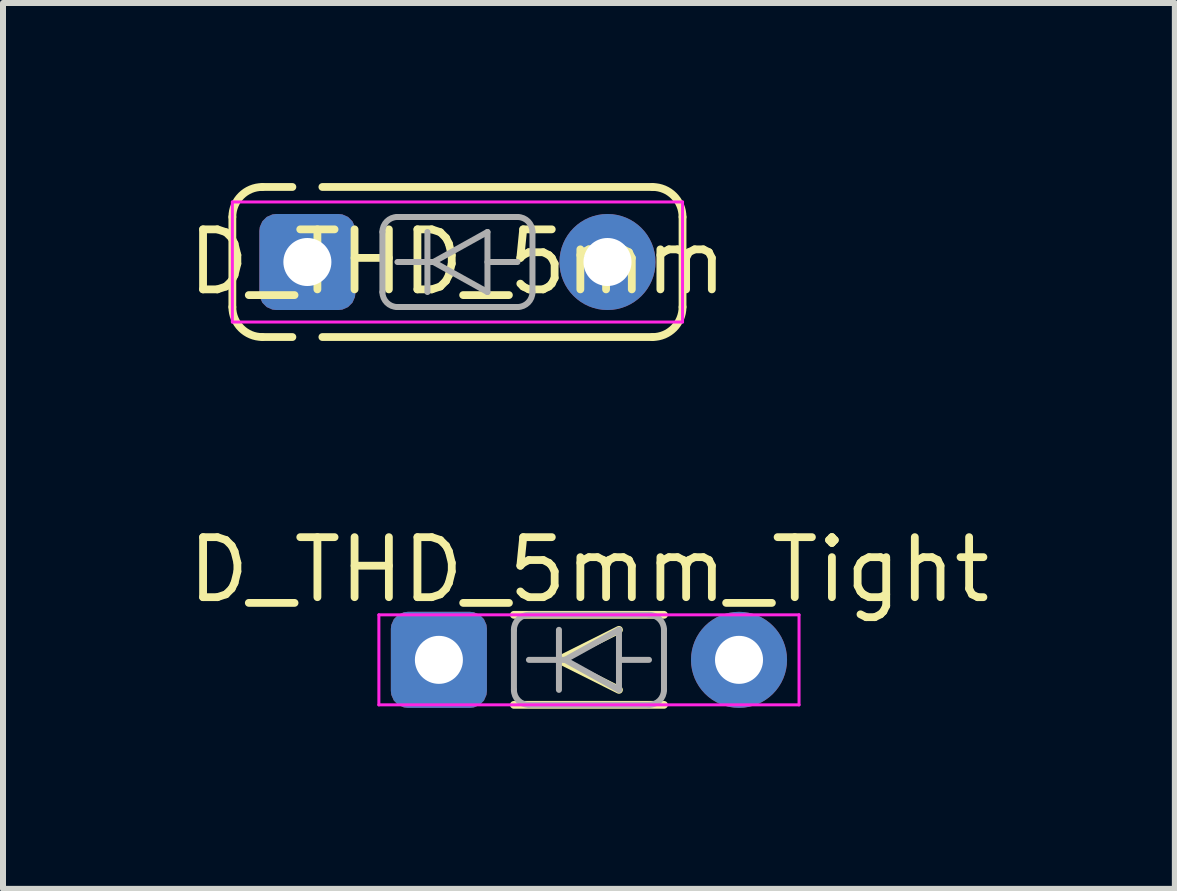
<source format=kicad_pcb>
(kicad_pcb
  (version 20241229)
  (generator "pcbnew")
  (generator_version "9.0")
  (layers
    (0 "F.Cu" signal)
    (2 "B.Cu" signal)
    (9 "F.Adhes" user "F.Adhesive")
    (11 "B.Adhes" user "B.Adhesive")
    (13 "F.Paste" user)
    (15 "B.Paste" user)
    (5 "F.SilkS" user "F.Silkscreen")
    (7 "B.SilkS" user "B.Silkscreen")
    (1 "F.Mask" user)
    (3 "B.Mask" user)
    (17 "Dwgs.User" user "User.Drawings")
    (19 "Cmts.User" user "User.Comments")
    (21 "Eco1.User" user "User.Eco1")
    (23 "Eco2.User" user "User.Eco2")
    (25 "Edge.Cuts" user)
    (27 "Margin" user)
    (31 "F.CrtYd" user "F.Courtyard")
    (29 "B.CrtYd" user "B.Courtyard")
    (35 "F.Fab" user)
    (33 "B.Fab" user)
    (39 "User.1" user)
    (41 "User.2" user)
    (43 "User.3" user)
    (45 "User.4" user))
  (footprint "D_THD_5mm"
    (layer "F.Cu")
    (at 4.571 1.315)
    (property "Reference" "D_THD_5mm" (at 0 0 0) (layer "F.SilkS") (effects (font (size 1 1) (thickness 0.13))))
    (attr through_hole)
    (fp_line (start -3.75 0.75) (end -3.75 -0.75) (stroke (width 0.13) (type solid)) (layer "F.SilkS"))
    (fp_line (start -2.75 -1.25) (end -3.25 -1.25) (stroke (width 0.13) (type solid)) (layer "F.SilkS"))
    (fp_line (start -2.75 1.25) (end -3.25 1.25) (stroke (width 0.13) (type solid)) (layer "F.SilkS"))
    (fp_line (start -2.25 -1.25) (end 3.25 -1.25) (stroke (width 0.13) (type solid)) (layer "F.SilkS"))
    (fp_line (start 3.25 1.25) (end -2.25 1.25) (stroke (width 0.13) (type solid)) (layer "F.SilkS"))
    (fp_line (start 3.75 -0.75) (end 3.75 0.75) (stroke (width 0.13) (type solid)) (layer "F.SilkS"))
    (fp_arc (start -3.75 -0.75) (mid -3.603553 -1.103553) (end -3.25 -1.25) (stroke (width 0.13) (type solid)) (layer "F.SilkS"))
    (fp_arc (start -3.25 1.25) (mid -3.603553 1.103553) (end -3.75 0.75) (stroke (width 0.13) (type solid)) (layer "F.SilkS"))
    (fp_arc (start 3.25 -1.25) (mid 3.603553 -1.103553) (end 3.75 -0.75) (stroke (width 0.13) (type solid)) (layer "F.SilkS"))
    (fp_arc (start 3.75 0.75) (mid 3.603553 1.103553) (end 3.25 1.25) (stroke (width 0.13) (type solid)) (layer "F.SilkS"))
    (fp_line (start -3.75 -1) (end 3.75 -1) (stroke (width 0.05) (type solid)) (layer "F.CrtYd"))
    (fp_line (start -3.75 1) (end -3.75 -1) (stroke (width 0.05) (type solid)) (layer "F.CrtYd"))
    (fp_line (start 3.75 -1) (end 3.75 1) (stroke (width 0.05) (type solid)) (layer "F.CrtYd"))
    (fp_line (start 3.75 1) (end -3.75 1) (stroke (width 0.05) (type solid)) (layer "F.CrtYd"))
    (fp_line (start -1.25 -0.5) (end -1.25 0.5) (stroke (width 0.1) (type solid)) (layer "F.Fab"))
    (fp_line (start -1 -0.75) (end 1 -0.75) (stroke (width 0.1) (type solid)) (layer "F.Fab"))
    (fp_line (start -1 0.75) (end 1 0.75) (stroke (width 0.1) (type solid)) (layer "F.Fab"))
    (fp_line (start -0.5 -0.5) (end -0.5 0.5) (stroke (width 0.1) (type solid)) (layer "F.Fab"))
    (fp_line (start -0.4 0) (end -1 0) (stroke (width 0.1) (type solid)) (layer "F.Fab"))
    (fp_line (start -0.4 0) (end 0.5 -0.5) (stroke (width 0.1) (type solid)) (layer "F.Fab"))
    (fp_line (start 0.5 -0.5) (end 0.5 0.5) (stroke (width 0.1) (type solid)) (layer "F.Fab"))
    (fp_line (start 0.5 0) (end 1 0) (stroke (width 0.1) (type solid)) (layer "F.Fab"))
    (fp_line (start 0.5 0.5) (end -0.4 0) (stroke (width 0.1) (type solid)) (layer "F.Fab"))
    (fp_line (start 1.25 0.5) (end 1.25 -0.5) (stroke (width 0.1) (type solid)) (layer "F.Fab"))
    (fp_arc (start -1.25 -0.5) (mid -1.176777 -0.676777) (end -1 -0.75) (stroke (width 0.1) (type solid)) (layer "F.Fab"))
    (fp_arc (start -1 0.75) (mid -1.176777 0.676777) (end -1.25 0.5) (stroke (width 0.1) (type solid)) (layer "F.Fab"))
    (fp_arc (start 1 -0.75) (mid 1.176777 -0.676777) (end 1.25 -0.5) (stroke (width 0.1) (type solid)) (layer "F.Fab"))
    (fp_arc (start 1.25 0.5) (mid 1.176777 0.676777) (end 1 0.75) (stroke (width 0.1) (type solid)) (layer "F.Fab"))
    (pad "1" thru_hole roundrect (at -2.5 0) (size 1.6 1.6) (drill 0.8) (layers "*.Cu" "*.Mask") (roundrect_rratio 0.176))
    (pad "2" thru_hole oval (at 2.5 0) (size 1.6 1.6) (drill 0.8) (layers "*.Cu" "*.Mask")))
  (footprint "D_THD_5mm_Tight"
    (layer "F.Cu")
    (at 6.762 7.943)
    (property "Reference" "D_THD_5mm_Tight" (at 0 -1.5 0) (layer "F.SilkS") (effects (font (size 1 1) (thickness 0.13))))
    (attr through_hole)
    (fp_line (start -1.25 -0.75) (end 1.25 -0.75) (stroke (width 0.13) (type solid)) (layer "F.SilkS"))
    (fp_line (start -0.5 0) (end 0.5 0.5) (stroke (width 0.13) (type solid)) (layer "F.SilkS"))
    (fp_line (start 0.5 -0.5) (end -0.5 0) (stroke (width 0.13) (type solid)) (layer "F.SilkS"))
    (fp_line (start 1.25 0.75) (end -1.25 0.75) (stroke (width 0.13) (type solid)) (layer "F.SilkS"))
    (fp_line (start -3.5 -0.75) (end 3.5 -0.75) (stroke (width 0.05) (type solid)) (layer "F.CrtYd"))
    (fp_line (start -3.5 0.75) (end -3.5 -0.75) (stroke (width 0.05) (type solid)) (layer "F.CrtYd"))
    (fp_line (start 3.5 -0.75) (end 3.5 0.75) (stroke (width 0.05) (type solid)) (layer "F.CrtYd"))
    (fp_line (start 3.5 0.75) (end -3.5 0.75) (stroke (width 0.05) (type solid)) (layer "F.CrtYd"))
    (fp_line (start -1.25 -0.5) (end -1.25 0.5) (stroke (width 0.1) (type solid)) (layer "F.Fab"))
    (fp_line (start -1 -0.75) (end 1 -0.75) (stroke (width 0.1) (type solid)) (layer "F.Fab"))
    (fp_line (start -1 0.75) (end 1 0.75) (stroke (width 0.1) (type solid)) (layer "F.Fab"))
    (fp_line (start -0.5 -0.5) (end -0.5 0.5) (stroke (width 0.1) (type solid)) (layer "F.Fab"))
    (fp_line (start -0.4 0) (end -1 0) (stroke (width 0.1) (type solid)) (layer "F.Fab"))
    (fp_line (start -0.4 0) (end 0.5 -0.5) (stroke (width 0.1) (type solid)) (layer "F.Fab"))
    (fp_line (start 0.5 -0.5) (end 0.5 0.5) (stroke (width 0.1) (type solid)) (layer "F.Fab"))
    (fp_line (start 0.5 0) (end 1 0) (stroke (width 0.1) (type solid)) (layer "F.Fab"))
    (fp_line (start 0.5 0.5) (end -0.4 0) (stroke (width 0.1) (type solid)) (layer "F.Fab"))
    (fp_line (start 1.25 0.5) (end 1.25 -0.5) (stroke (width 0.1) (type solid)) (layer "F.Fab"))
    (fp_arc (start -1.25 -0.5) (mid -1.176777 -0.676777) (end -1 -0.75) (stroke (width 0.1) (type solid)) (layer "F.Fab"))
    (fp_arc (start -1 0.75) (mid -1.176777 0.676777) (end -1.25 0.5) (stroke (width 0.1) (type solid)) (layer "F.Fab"))
    (fp_arc (start 1 -0.75) (mid 1.176777 -0.676777) (end 1.25 -0.5) (stroke (width 0.1) (type solid)) (layer "F.Fab"))
    (fp_arc (start 1.25 0.5) (mid 1.176777 0.676777) (end 1 0.75) (stroke (width 0.1) (type solid)) (layer "F.Fab"))
    (pad "1" thru_hole roundrect (at -2.5 0) (size 1.6 1.6) (drill 0.8) (layers "*.Cu" "*.Mask") (roundrect_rratio 0.176))
    (pad "2" thru_hole oval (at 2.5 0) (size 1.6 1.6) (drill 0.8) (layers "*.Cu" "*.Mask")))
  (gr_rect
    (start -3 -3)
    (end 16.523 11.758)
    (stroke (width 0.1) (type default))
    (fill no)
    (layer "Edge.Cuts")))
</source>
